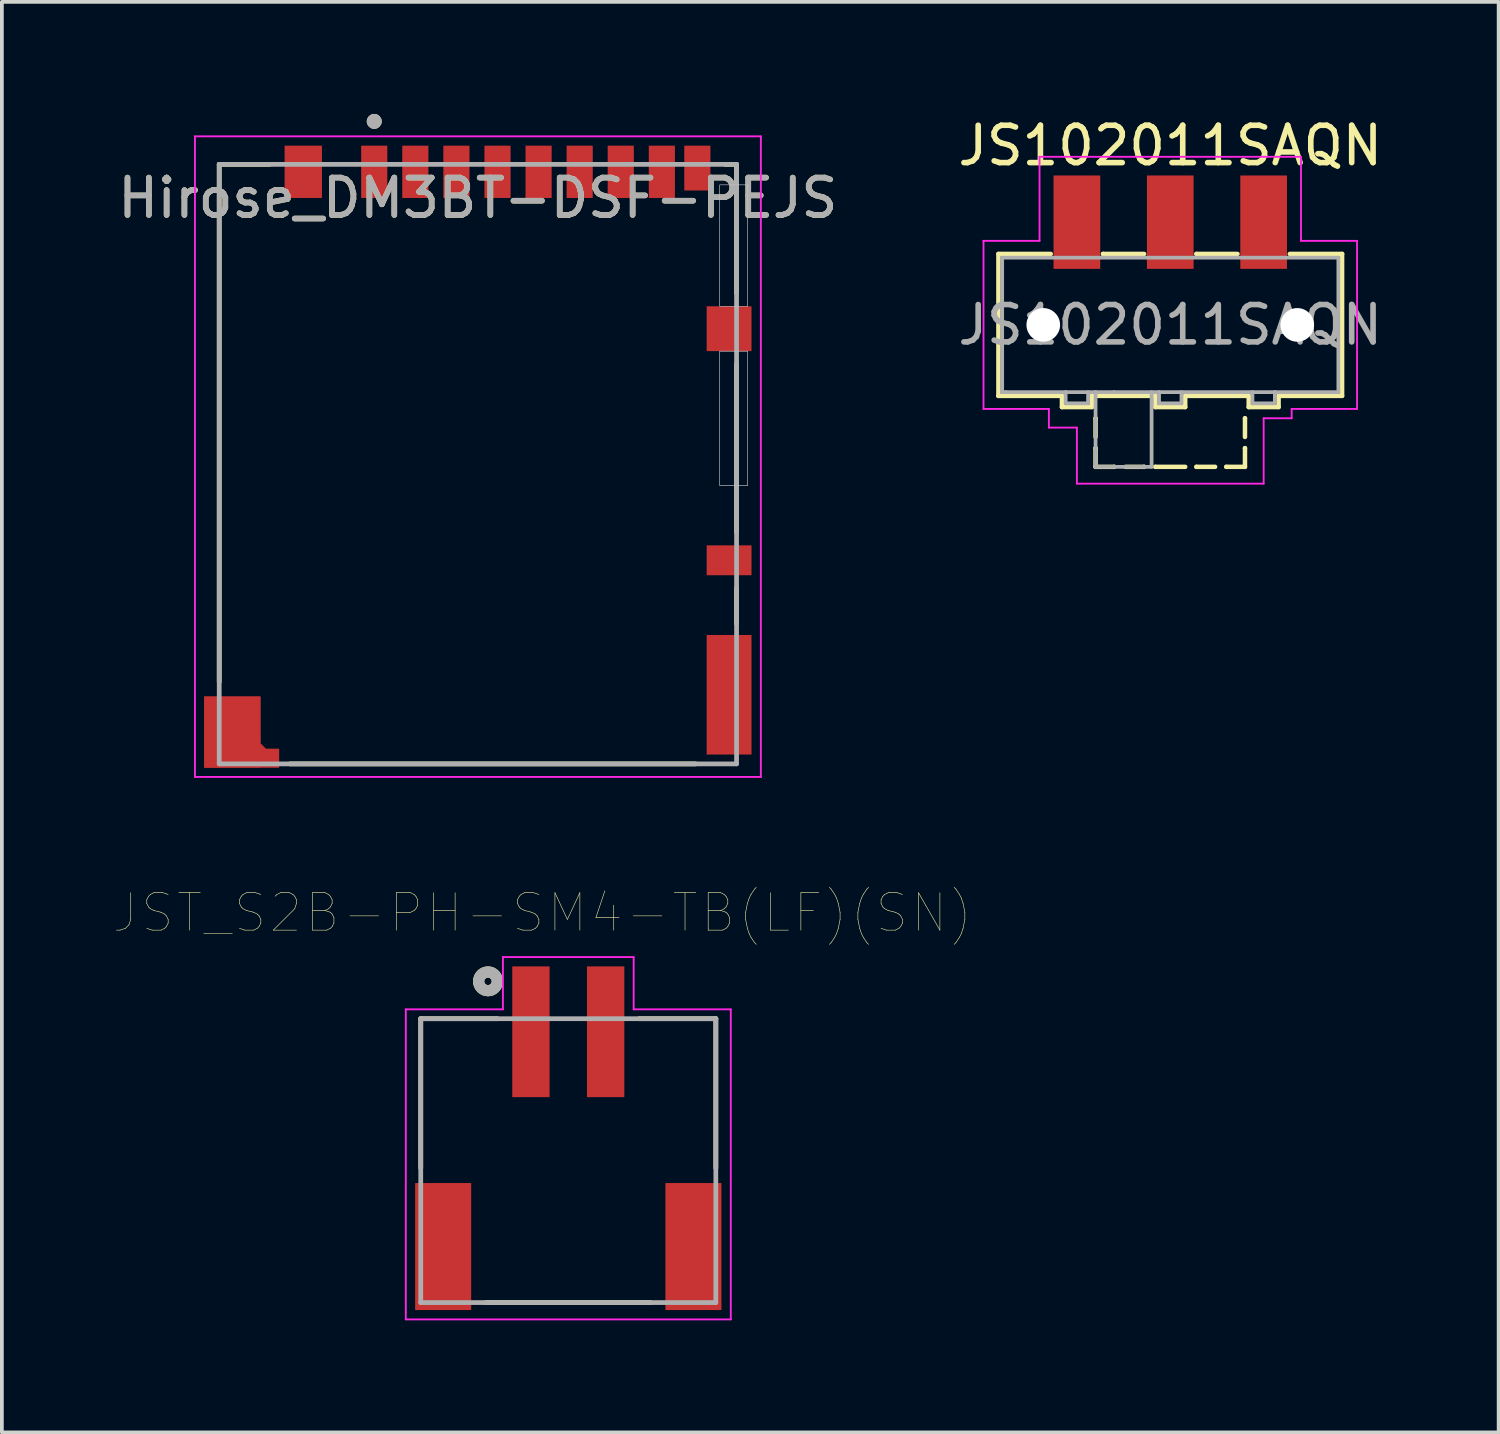
<source format=kicad_pcb>
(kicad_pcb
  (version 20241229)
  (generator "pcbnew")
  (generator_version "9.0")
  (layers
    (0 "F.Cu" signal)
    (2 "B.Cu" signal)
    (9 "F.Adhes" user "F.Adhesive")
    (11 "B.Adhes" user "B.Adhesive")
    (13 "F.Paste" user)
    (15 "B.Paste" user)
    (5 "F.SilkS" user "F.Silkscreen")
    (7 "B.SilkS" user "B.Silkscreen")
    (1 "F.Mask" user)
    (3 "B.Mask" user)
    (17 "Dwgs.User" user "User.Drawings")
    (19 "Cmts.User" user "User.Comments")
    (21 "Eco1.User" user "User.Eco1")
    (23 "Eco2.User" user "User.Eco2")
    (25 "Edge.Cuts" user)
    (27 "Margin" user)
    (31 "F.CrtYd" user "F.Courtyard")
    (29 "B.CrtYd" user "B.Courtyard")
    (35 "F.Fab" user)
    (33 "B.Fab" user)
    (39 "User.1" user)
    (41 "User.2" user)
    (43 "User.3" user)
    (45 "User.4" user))
  (footprint "Hirose_DM3BT-DSF-PEJS"
    (layer "F.Cu")
    (at 9.744 2.25)
    (property "Reference" "Hirose_DM3BT-DSF-PEJS" (at 0 0 0) (layer "F.SilkS") (effects (font (size 1 1) (thickness 0.15))))
    (attr smd)
    (fp_poly (pts (xy -7.325 13.35) (xy -5.825 13.35) (xy -5.825 14.6) (xy -5.675 14.75) (xy -5.325 14.75) (xy -5.325 15.25) (xy -7.325 15.25)) (stroke (width 0.01) (type solid)) (fill yes) (layer "F.Cu"))
    (fp_poly (pts (xy -7.425 13.25) (xy -5.725 13.25) (xy -5.725 14.5) (xy -5.575 14.65) (xy -5.225 14.65) (xy -5.225 15.35) (xy -7.425 15.35)) (stroke (width 0.01) (type solid)) (fill yes) (layer "F.Mask"))
    (fp_line (start -6.925 12.95) (end -6.925 -0.9) (stroke (width 0.127) (type solid)) (layer "F.SilkS"))
    (fp_line (start -5.575 -0.9) (end -6.925 -0.9) (stroke (width 0.127) (type solid)) (layer "F.SilkS"))
    (fp_line (start 5.825 15.15) (end -5.025 15.15) (stroke (width 0.127) (type solid)) (layer "F.SilkS"))
    (fp_line (start 6.625 -0.9) (end 6.925 -0.9) (stroke (width 0.127) (type solid)) (layer "F.SilkS"))
    (fp_line (start 6.925 -0.9) (end 6.925 2.55) (stroke (width 0.127) (type solid)) (layer "F.SilkS"))
    (fp_line (start 6.925 4.45) (end 6.925 8.95) (stroke (width 0.127) (type solid)) (layer "F.SilkS"))
    (fp_line (start 6.925 11.4) (end 6.925 10.45) (stroke (width 0.127) (type solid)) (layer "F.SilkS"))
    (fp_circle (center -2.775 -2.05) (end -2.675 -2.05) (stroke (width 0.2) (type solid)) (fill no) (layer "F.SilkS"))
    (fp_poly (pts (xy -7.325 13.35) (xy -5.825 13.35) (xy -5.825 14.6) (xy -5.675 14.75) (xy -5.325 14.75) (xy -5.325 15.25) (xy -7.325 15.25)) (stroke (width 0.01) (type solid)) (fill yes) (layer "F.Paste"))
    (fp_poly (pts (xy 6.475 -0.35) (xy 7.225 -0.35) (xy 7.225 2.9) (xy 6.475 2.9)) (stroke (width 0.01) (type solid)) (fill no) (layer "Dwgs.User"))
    (fp_poly (pts (xy 6.475 -0.35) (xy 7.225 -0.35) (xy 7.225 2.9) (xy 6.475 2.9)) (stroke (width 0.01) (type solid)) (fill no) (layer "Dwgs.User"))
    (fp_poly (pts (xy 6.475 4.1) (xy 7.225 4.1) (xy 7.225 7.7) (xy 6.475 7.7)) (stroke (width 0.01) (type solid)) (fill no) (layer "Dwgs.User"))
    (fp_poly (pts (xy 6.475 4.1) (xy 7.225 4.1) (xy 7.225 7.7) (xy 6.475 7.7)) (stroke (width 0.01) (type solid)) (fill no) (layer "Dwgs.User"))
    (fp_line (start -7.575 -1.65) (end 7.575 -1.65) (stroke (width 0.05) (type solid)) (layer "F.CrtYd"))
    (fp_line (start -7.575 15.5) (end -7.575 -1.65) (stroke (width 0.05) (type solid)) (layer "F.CrtYd"))
    (fp_line (start 7.575 -1.65) (end 7.575 15.5) (stroke (width 0.05) (type solid)) (layer "F.CrtYd"))
    (fp_line (start 7.575 15.5) (end -7.575 15.5) (stroke (width 0.05) (type solid)) (layer "F.CrtYd"))
    (fp_line (start -6.925 -0.9) (end -6.925 15.15) (stroke (width 0.127) (type solid)) (layer "F.Fab"))
    (fp_line (start -6.925 15.15) (end 6.925 15.15) (stroke (width 0.127) (type solid)) (layer "F.Fab"))
    (fp_line (start 6.925 -0.9) (end -6.925 -0.9) (stroke (width 0.127) (type solid)) (layer "F.Fab"))
    (fp_line (start 6.925 15.15) (end 6.925 -0.9) (stroke (width 0.127) (type solid)) (layer "F.Fab"))
    (fp_circle (center -2.775 -2.05) (end -2.675 -2.05) (stroke (width 0.2) (type solid)) (fill no) (layer "F.Fab"))
    (fp_text user "${REFERENCE}" (at 0 0 0) (layer "F.Fab") (effects (font (size 1 1) (thickness 0.15))))
    (pad "1" smd rect (at -2.775 -0.7) (size 0.7 1.4) (layers "F.Cu" "F.Mask" "F.Paste"))
    (pad "2" smd rect (at -1.675 -0.7) (size 0.7 1.4) (layers "F.Cu" "F.Mask" "F.Paste"))
    (pad "3" smd rect (at -0.575 -0.7) (size 0.7 1.4) (layers "F.Cu" "F.Mask" "F.Paste"))
    (pad "4" smd rect (at 0.525 -0.7) (size 0.7 1.4) (layers "F.Cu" "F.Mask" "F.Paste"))
    (pad "5" smd rect (at 1.625 -0.7) (size 0.7 1.4) (layers "F.Cu" "F.Mask" "F.Paste"))
    (pad "6" smd rect (at 2.725 -0.7) (size 0.7 1.4) (layers "F.Cu" "F.Mask" "F.Paste"))
    (pad "7" smd rect (at 3.825 -0.7) (size 0.7 1.4) (layers "F.Cu" "F.Mask" "F.Paste"))
    (pad "8" smd rect (at 4.925 -0.7) (size 0.7 1.4) (layers "F.Cu" "F.Mask" "F.Paste"))
    (pad "S1" smd rect (at -4.675 -0.7) (size 1 1.4) (layers "F.Cu" "F.Mask" "F.Paste"))
    (pad "S2" smd rect (at 6.725 3.5) (size 1.2 1.2) (layers "F.Cu" "F.Mask" "F.Paste"))
    (pad "S3" smd rect (at 6.725 13.3) (size 1.2 3.2) (layers "F.Cu" "F.Mask" "F.Paste"))
    (pad "S4" smd rect (at -6.575 14.3) (size 1.5 1.9) (layers "F.Cu"))
    (pad "SWA" smd rect (at 6.725 9.7) (size 1.2 0.8) (layers "F.Cu" "F.Mask" "F.Paste"))
    (pad "SWB" smd rect (at 5.875 -0.8) (size 0.7 1.2) (layers "F.Cu" "F.Mask" "F.Paste")))
  (footprint "JS102011SAQN"
    (layer "F.Cu")
    (at 28.28 5.648)
    (property "Reference" "JS102011SAQN" (at 0 -4.8 0) (layer "F.SilkS") (effects (font (size 1 1) (thickness 0.15))))
    (attr smd)
    (fp_line (start -4.6 -1.9) (end -3.2 -1.9) (stroke (width 0.12) (type solid)) (layer "F.SilkS"))
    (fp_line (start -4.6 1.9) (end -4.6 -1.9) (stroke (width 0.12) (type solid)) (layer "F.SilkS"))
    (fp_line (start -4.6 1.9) (end -4.6 1.9) (stroke (width 0.12) (type solid)) (layer "F.SilkS"))
    (fp_line (start -2.9 1.9) (end -4.6 1.9) (stroke (width 0.12) (type solid)) (layer "F.SilkS"))
    (fp_line (start -2.9 2.2) (end -2.9 1.9) (stroke (width 0.12) (type solid)) (layer "F.SilkS"))
    (fp_line (start -2.1 1.9) (end -2.1 2.2) (stroke (width 0.12) (type solid)) (layer "F.SilkS"))
    (fp_line (start -2.1 2.2) (end -2.9 2.2) (stroke (width 0.12) (type solid)) (layer "F.SilkS"))
    (fp_line (start -2 2.5) (end -2 2.5) (stroke (width 0.12) (type solid)) (layer "F.SilkS"))
    (fp_line (start -2 3) (end -2 2.5) (stroke (width 0.12) (type solid)) (layer "F.SilkS"))
    (fp_line (start -2 3.3) (end -2 3.3) (stroke (width 0.12) (type solid)) (layer "F.SilkS"))
    (fp_line (start -2 3.8) (end -2 3.3) (stroke (width 0.12) (type solid)) (layer "F.SilkS"))
    (fp_line (start -2 3.8) (end -1.5 3.8) (stroke (width 0.12) (type solid)) (layer "F.SilkS"))
    (fp_line (start -1.8 -1.9) (end -1.8 -1.9) (stroke (width 0.12) (type solid)) (layer "F.SilkS"))
    (fp_line (start -1.5 3.8) (end -1.5 3.8) (stroke (width 0.12) (type solid)) (layer "F.SilkS"))
    (fp_line (start -1.2 3.8) (end -0.7 3.8) (stroke (width 0.12) (type solid)) (layer "F.SilkS"))
    (fp_line (start -0.7 -1.9) (end -1.8 -1.9) (stroke (width 0.12) (type solid)) (layer "F.SilkS"))
    (fp_line (start -0.7 3.8) (end -0.7 3.8) (stroke (width 0.12) (type solid)) (layer "F.SilkS"))
    (fp_line (start -0.4 1.9) (end -2.1 1.9) (stroke (width 0.12) (type solid)) (layer "F.SilkS"))
    (fp_line (start -0.4 2.2) (end -0.4 1.9) (stroke (width 0.12) (type solid)) (layer "F.SilkS"))
    (fp_line (start -0.4 3.8) (end -0.4 3.8) (stroke (width 0.12) (type solid)) (layer "F.SilkS"))
    (fp_line (start 0.4 1.9) (end 0.4 2.2) (stroke (width 0.12) (type solid)) (layer "F.SilkS"))
    (fp_line (start 0.4 2.2) (end -0.4 2.2) (stroke (width 0.12) (type solid)) (layer "F.SilkS"))
    (fp_line (start 0.4 3.8) (end -0.4 3.8) (stroke (width 0.12) (type solid)) (layer "F.SilkS"))
    (fp_line (start 0.7 -1.9) (end 0.7 -1.9) (stroke (width 0.12) (type solid)) (layer "F.SilkS"))
    (fp_line (start 0.7 3.8) (end 0.7 3.8) (stroke (width 0.12) (type solid)) (layer "F.SilkS"))
    (fp_line (start 1.2 3.8) (end 0.7 3.8) (stroke (width 0.12) (type solid)) (layer "F.SilkS"))
    (fp_line (start 1.5 3.8) (end 1.5 3.8) (stroke (width 0.12) (type solid)) (layer "F.SilkS"))
    (fp_line (start 1.8 -1.9) (end 0.7 -1.9) (stroke (width 0.12) (type solid)) (layer "F.SilkS"))
    (fp_line (start 2 2.5) (end 2 2.5) (stroke (width 0.12) (type solid)) (layer "F.SilkS"))
    (fp_line (start 2 3) (end 2 2.5) (stroke (width 0.12) (type solid)) (layer "F.SilkS"))
    (fp_line (start 2 3.3) (end 2 3.3) (stroke (width 0.12) (type solid)) (layer "F.SilkS"))
    (fp_line (start 2 3.8) (end 1.5 3.8) (stroke (width 0.12) (type solid)) (layer "F.SilkS"))
    (fp_line (start 2 3.8) (end 2 3.3) (stroke (width 0.12) (type solid)) (layer "F.SilkS"))
    (fp_line (start 2.1 1.9) (end 0.4 1.9) (stroke (width 0.12) (type solid)) (layer "F.SilkS"))
    (fp_line (start 2.1 2.2) (end 2.1 1.9) (stroke (width 0.12) (type solid)) (layer "F.SilkS"))
    (fp_line (start 2.9 1.9) (end 2.9 2.2) (stroke (width 0.12) (type solid)) (layer "F.SilkS"))
    (fp_line (start 2.9 2.2) (end 2.1 2.2) (stroke (width 0.12) (type solid)) (layer "F.SilkS"))
    (fp_line (start 3.2 -1.9) (end 4.6 -1.9) (stroke (width 0.12) (type solid)) (layer "F.SilkS"))
    (fp_line (start 4.6 -1.9) (end 4.6 1.9) (stroke (width 0.12) (type solid)) (layer "F.SilkS"))
    (fp_line (start 4.6 1.9) (end 2.9 1.9) (stroke (width 0.12) (type solid)) (layer "F.SilkS"))
    (fp_line (start -5 -2.25) (end -5 -2.25) (stroke (width 0.05) (type solid)) (layer "F.CrtYd"))
    (fp_line (start -5 -2.25) (end -5 2.25) (stroke (width 0.05) (type solid)) (layer "F.CrtYd"))
    (fp_line (start -5 2.25) (end -3.25 2.25) (stroke (width 0.05) (type solid)) (layer "F.CrtYd"))
    (fp_line (start -3.5 -4.5) (end -3.5 -2.25) (stroke (width 0.05) (type solid)) (layer "F.CrtYd"))
    (fp_line (start -3.5 -2.25) (end -5 -2.25) (stroke (width 0.05) (type solid)) (layer "F.CrtYd"))
    (fp_line (start -3.25 2.25) (end -3.25 2.75) (stroke (width 0.05) (type solid)) (layer "F.CrtYd"))
    (fp_line (start -3.25 2.75) (end -2.5 2.75) (stroke (width 0.05) (type solid)) (layer "F.CrtYd"))
    (fp_line (start -2.5 2.75) (end -2.5 4.25) (stroke (width 0.05) (type solid)) (layer "F.CrtYd"))
    (fp_line (start -2.5 4.25) (end 2.5 4.25) (stroke (width 0.05) (type solid)) (layer "F.CrtYd"))
    (fp_line (start 2.5 2.5) (end 3.25 2.5) (stroke (width 0.05) (type solid)) (layer "F.CrtYd"))
    (fp_line (start 2.5 4.25) (end 2.5 2.5) (stroke (width 0.05) (type solid)) (layer "F.CrtYd"))
    (fp_line (start 3.25 2.25) (end 5 2.25) (stroke (width 0.05) (type solid)) (layer "F.CrtYd"))
    (fp_line (start 3.25 2.5) (end 3.25 2.25) (stroke (width 0.05) (type solid)) (layer "F.CrtYd"))
    (fp_line (start 3.5 -4.5) (end -3.5 -4.5) (stroke (width 0.05) (type solid)) (layer "F.CrtYd"))
    (fp_line (start 3.5 -2.25) (end 3.5 -4.5) (stroke (width 0.05) (type solid)) (layer "F.CrtYd"))
    (fp_line (start 5 -2.25) (end 3.5 -2.25) (stroke (width 0.05) (type solid)) (layer "F.CrtYd"))
    (fp_line (start 5 2.25) (end 5 -2.25) (stroke (width 0.05) (type solid)) (layer "F.CrtYd"))
    (fp_line (start -4.5 -1.8) (end -4.5 1.8) (stroke (width 0.1) (type solid)) (layer "F.Fab"))
    (fp_line (start -4.5 -1.8) (end 4.5 -1.8) (stroke (width 0.1) (type solid)) (layer "F.Fab"))
    (fp_line (start -4.5 1.8) (end -4.5 1.8) (stroke (width 0.1) (type solid)) (layer "F.Fab"))
    (fp_line (start -4.5 1.8) (end -4.5 1.8) (stroke (width 0.1) (type solid)) (layer "F.Fab"))
    (fp_line (start -4.4 1.8) (end -4.5 1.8) (stroke (width 0.1) (type solid)) (layer "F.Fab"))
    (fp_line (start -2.8 1.8) (end -2.8 1.8) (stroke (width 0.1) (type solid)) (layer "F.Fab"))
    (fp_line (start -2.8 2.1) (end -2.8 1.8) (stroke (width 0.1) (type solid)) (layer "F.Fab"))
    (fp_line (start -2.2 1.8) (end -2.2 2.1) (stroke (width 0.1) (type solid)) (layer "F.Fab"))
    (fp_line (start -2.2 2.1) (end -2.8 2.1) (stroke (width 0.1) (type solid)) (layer "F.Fab"))
    (fp_line (start -2 1.8) (end -2 1.8) (stroke (width 0.1) (type solid)) (layer "F.Fab"))
    (fp_line (start -2 3.8) (end -2 1.8) (stroke (width 0.1) (type solid)) (layer "F.Fab"))
    (fp_line (start -1.5 1.8) (end -1.5 1.8) (stroke (width 0.1) (type solid)) (layer "F.Fab"))
    (fp_line (start -0.5 1.8) (end -0.5 3.8) (stroke (width 0.1) (type solid)) (layer "F.Fab"))
    (fp_line (start -0.5 3.8) (end -2 3.8) (stroke (width 0.1) (type solid)) (layer "F.Fab"))
    (fp_line (start -0.3 1.8) (end -0.3 1.8) (stroke (width 0.1) (type solid)) (layer "F.Fab"))
    (fp_line (start -0.3 2.1) (end -0.3 1.8) (stroke (width 0.1) (type solid)) (layer "F.Fab"))
    (fp_line (start 0.3 1.8) (end 0.3 2.1) (stroke (width 0.1) (type solid)) (layer "F.Fab"))
    (fp_line (start 0.3 2.1) (end -0.3 2.1) (stroke (width 0.1) (type solid)) (layer "F.Fab"))
    (fp_line (start 2.2 1.8) (end 2.2 2.1) (stroke (width 0.1) (type solid)) (layer "F.Fab"))
    (fp_line (start 2.2 2.1) (end 2.8 2.1) (stroke (width 0.1) (type solid)) (layer "F.Fab"))
    (fp_line (start 2.8 1.8) (end 2.8 1.8) (stroke (width 0.1) (type solid)) (layer "F.Fab"))
    (fp_line (start 2.8 2.1) (end 2.8 1.8) (stroke (width 0.1) (type solid)) (layer "F.Fab"))
    (fp_line (start 4.5 -1.8) (end 4.5 1.8) (stroke (width 0.1) (type solid)) (layer "F.Fab"))
    (fp_line (start 4.5 1.8) (end -4.4 1.8) (stroke (width 0.1) (type solid)) (layer "F.Fab"))
    (fp_text user "${REFERENCE}" (at 0 0 0) (layer "F.Fab") (effects (font (size 1 1) (thickness 0.15))))
    (pad "" np_thru_hole circle (at -3.4 0) (size 0.9 0.9) (drill 0.9) (layers "*.Cu" "*.Mask"))
    (pad "" np_thru_hole circle (at 3.4 0) (size 0.9 0.9) (drill 0.9) (layers "*.Cu" "*.Mask"))
    (pad "1" smd rect (at -2.5 -2.75) (size 1.25 2.5) (layers "F.Cu" "F.Mask" "F.Paste"))
    (pad "2" smd rect (at 0 -2.75) (size 1.25 2.5) (layers "F.Cu" "F.Mask" "F.Paste"))
    (pad "3" smd rect (at 2.5 -2.75) (size 1.25 2.5) (layers "F.Cu" "F.Mask" "F.Paste")))
  (footprint "JST_S2B-PH-SM4-TB(LF)(SN)"
    (layer "F.Cu")
    (at 12.164 24.572)
    (property "Reference" "JST_S2B-PH-SM4-TB(LF)(SN)" (at -0.692 -3.184 0) (layer "F.SilkS") (effects (font (size 1.002 1.002) (thickness 0.015))))
    (attr through_hole)
    (fp_line (start -3.95 -0.35) (end -3.95 3.65) (stroke (width 0.127) (type solid)) (layer "F.SilkS"))
    (fp_line (start -2.2 7.25) (end 2.2 7.25) (stroke (width 0.127) (type solid)) (layer "F.SilkS"))
    (fp_line (start -1.9 -0.35) (end -3.95 -0.35) (stroke (width 0.127) (type solid)) (layer "F.SilkS"))
    (fp_line (start 3.95 -0.35) (end 1.9 -0.35) (stroke (width 0.127) (type solid)) (layer "F.SilkS"))
    (fp_line (start 3.95 3.65) (end 3.95 -0.35) (stroke (width 0.127) (type solid)) (layer "F.SilkS"))
    (fp_circle (center -2.15 -1.35) (end -2.05 -1.35) (stroke (width 0.3) (type solid)) (fill no) (layer "F.SilkS"))
    (fp_line (start -4.35 -0.6) (end -1.75 -0.6) (stroke (width 0.05) (type solid)) (layer "F.CrtYd"))
    (fp_line (start -4.35 7.7) (end -4.35 -0.6) (stroke (width 0.05) (type solid)) (layer "F.CrtYd"))
    (fp_line (start -1.75 -2) (end 1.75 -2) (stroke (width 0.05) (type solid)) (layer "F.CrtYd"))
    (fp_line (start -1.75 -0.6) (end -1.75 -2) (stroke (width 0.05) (type solid)) (layer "F.CrtYd"))
    (fp_line (start 1.75 -2) (end 1.75 -0.6) (stroke (width 0.05) (type solid)) (layer "F.CrtYd"))
    (fp_line (start 1.75 -0.6) (end 4.35 -0.6) (stroke (width 0.05) (type solid)) (layer "F.CrtYd"))
    (fp_line (start 4.35 -0.6) (end 4.35 7.7) (stroke (width 0.05) (type solid)) (layer "F.CrtYd"))
    (fp_line (start 4.35 7.7) (end -4.35 7.7) (stroke (width 0.05) (type solid)) (layer "F.CrtYd"))
    (fp_line (start -3.95 -0.35) (end 3.95 -0.35) (stroke (width 0.127) (type solid)) (layer "F.Fab"))
    (fp_line (start -3.95 7.25) (end -3.95 -0.35) (stroke (width 0.127) (type solid)) (layer "F.Fab"))
    (fp_line (start 3.95 -0.35) (end 3.95 7.25) (stroke (width 0.127) (type solid)) (layer "F.Fab"))
    (fp_line (start 3.95 7.25) (end -3.95 7.25) (stroke (width 0.127) (type solid)) (layer "F.Fab"))
    (fp_circle (center -2.15 -1.35) (end -2.05 -1.35) (stroke (width 0.3) (type solid)) (fill no) (layer "F.Fab"))
    (pad "1" smd rect (at -1 0) (size 1 3.5) (layers "F.Cu" "F.Mask" "F.Paste"))
    (pad "2" smd rect (at 1 0) (size 1 3.5) (layers "F.Cu" "F.Mask" "F.Paste"))
    (pad "S1" smd rect (at -3.35 5.75) (size 1.5 3.4) (layers "F.Cu" "F.Mask" "F.Paste"))
    (pad "S2" smd rect (at 3.35 5.75) (size 1.5 3.4) (layers "F.Cu" "F.Mask" "F.Paste")))
  (gr_rect
    (start -3 -3)
    (end 37.071 35.297)
    (stroke (width 0.1) (type default))
    (fill no)
    (layer "Edge.Cuts")))
</source>
